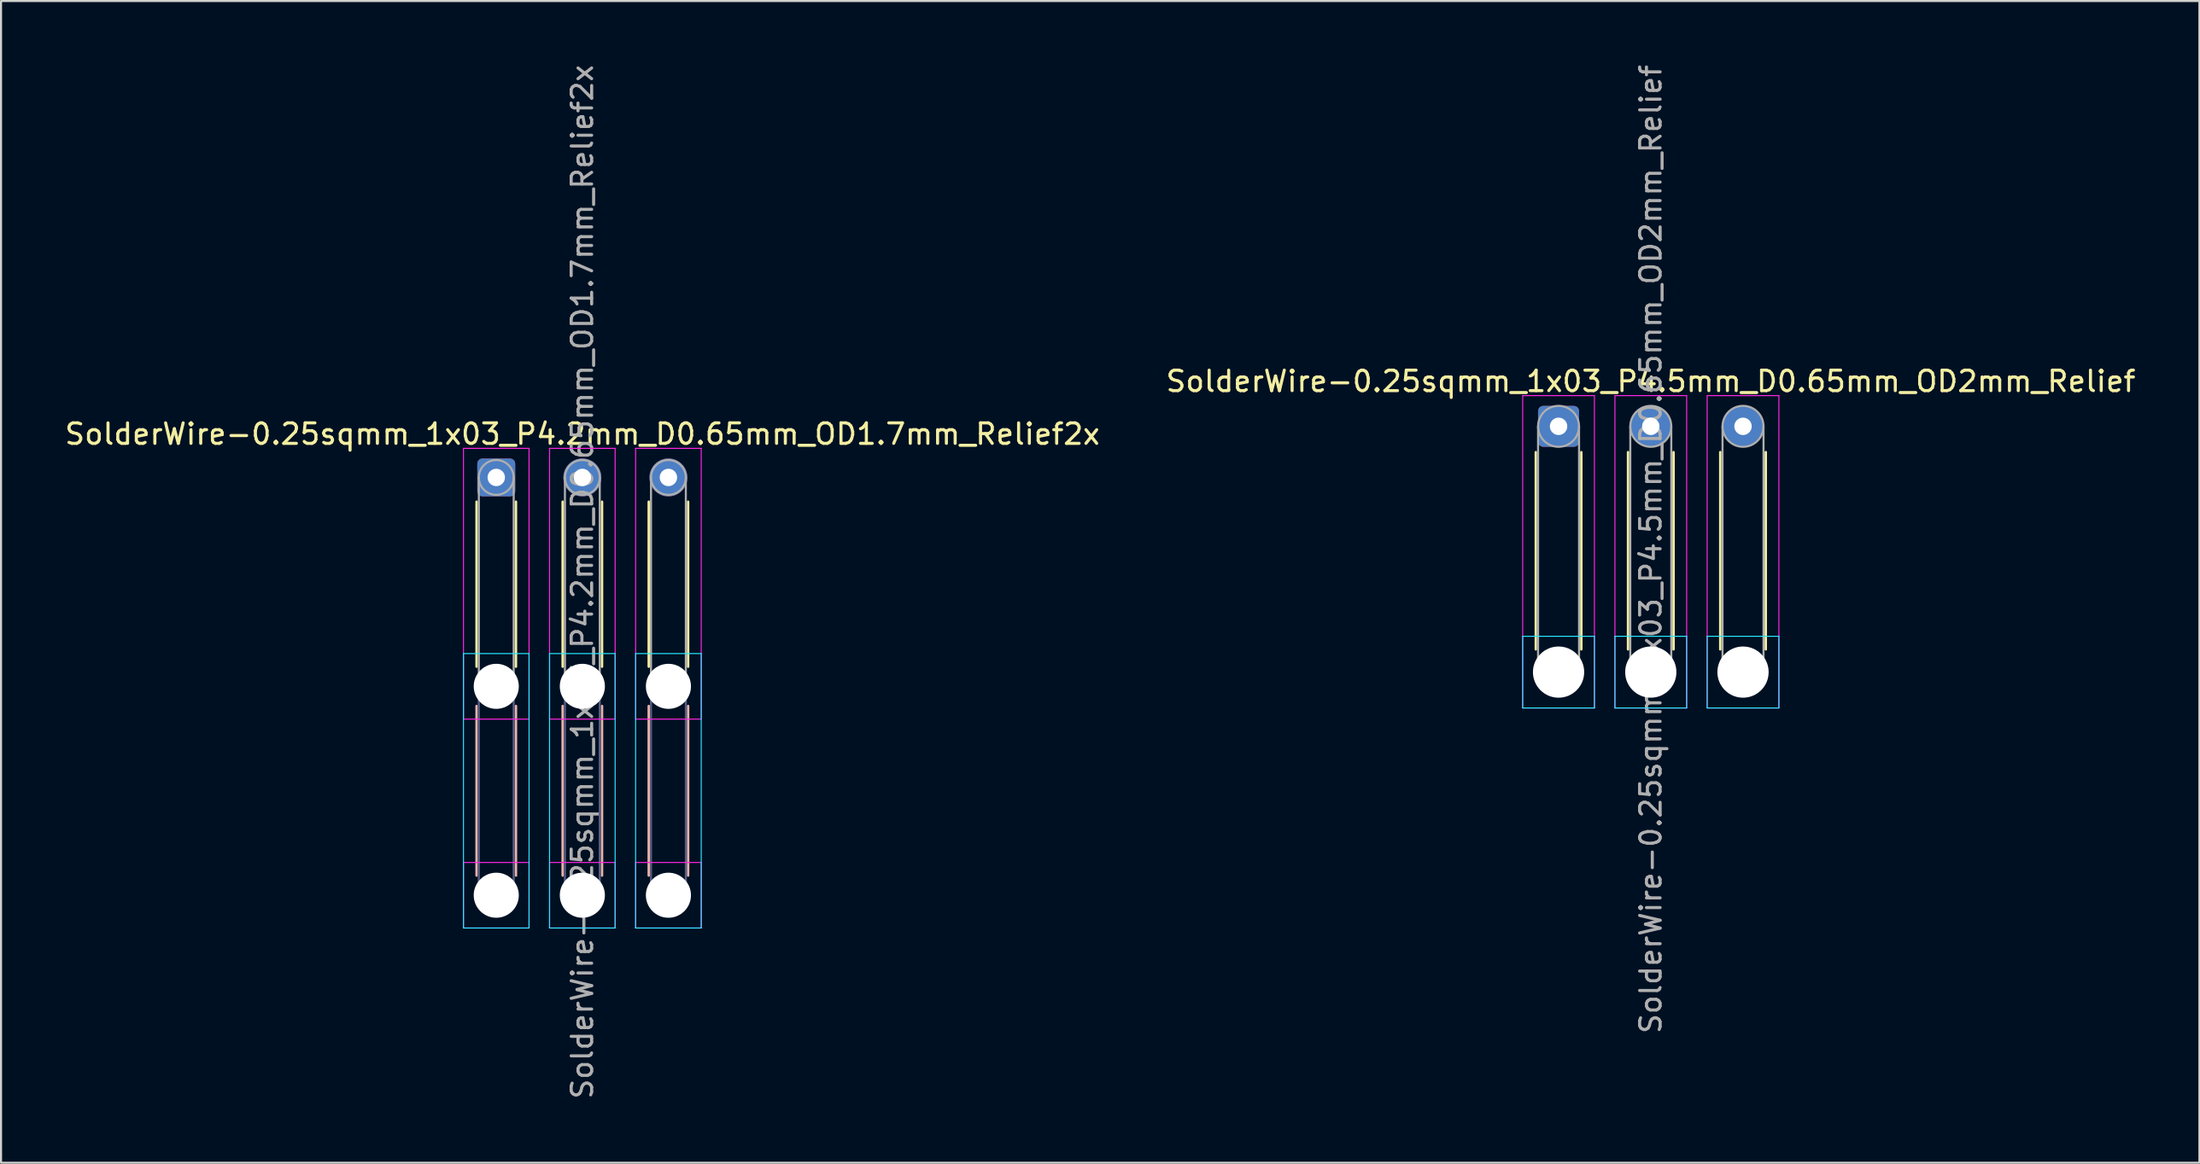
<source format=kicad_pcb>
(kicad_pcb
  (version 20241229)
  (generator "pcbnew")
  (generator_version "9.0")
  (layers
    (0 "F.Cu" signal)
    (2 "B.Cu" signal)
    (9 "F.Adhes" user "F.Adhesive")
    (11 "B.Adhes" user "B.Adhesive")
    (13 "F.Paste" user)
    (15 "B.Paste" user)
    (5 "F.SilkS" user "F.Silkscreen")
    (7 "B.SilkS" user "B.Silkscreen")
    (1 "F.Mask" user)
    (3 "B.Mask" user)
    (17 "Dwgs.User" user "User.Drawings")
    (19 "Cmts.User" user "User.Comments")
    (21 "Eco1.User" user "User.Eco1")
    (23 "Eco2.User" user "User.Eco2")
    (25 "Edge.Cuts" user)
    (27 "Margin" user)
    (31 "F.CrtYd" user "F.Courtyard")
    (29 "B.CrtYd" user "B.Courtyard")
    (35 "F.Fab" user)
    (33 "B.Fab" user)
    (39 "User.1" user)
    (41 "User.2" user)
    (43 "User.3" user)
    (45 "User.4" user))
  (footprint "SolderWire-0.25sqmm_1x03_P4.2mm_D0.65mm_OD1.7mm_Relief2x"
    (layer "F.Cu")
    (at 21.163 20.263)
    (property "Reference" "SolderWire-0.25sqmm_1x03_P4.2mm_D0.65mm_OD1.7mm_Relief2x" (at 4.2 -2.12 0) (layer "F.SilkS") (effects (font (size 1 1) (thickness 0.15))))
    (attr exclude_from_pos_files exclude_from_bom)
    (fp_line (start -0.96 1.185) (end -0.96 9.24) (stroke (width 0.12) (type solid)) (layer "F.SilkS"))
    (fp_line (start 0.96 1.185) (end 0.96 9.24) (stroke (width 0.12) (type solid)) (layer "F.SilkS"))
    (fp_line (start 3.24 1.185) (end 3.24 9.24) (stroke (width 0.12) (type solid)) (layer "F.SilkS"))
    (fp_line (start 5.16 1.185) (end 5.16 9.24) (stroke (width 0.12) (type solid)) (layer "F.SilkS"))
    (fp_line (start 7.44 1.185) (end 7.44 9.24) (stroke (width 0.12) (type solid)) (layer "F.SilkS"))
    (fp_line (start 9.36 1.185) (end 9.36 9.24) (stroke (width 0.12) (type solid)) (layer "F.SilkS"))
    (fp_line (start -0.96 11.16) (end -0.96 19.44) (stroke (width 0.12) (type solid)) (layer "B.SilkS"))
    (fp_line (start 0.96 11.16) (end 0.96 19.44) (stroke (width 0.12) (type solid)) (layer "B.SilkS"))
    (fp_line (start 3.24 11.16) (end 3.24 19.44) (stroke (width 0.12) (type solid)) (layer "B.SilkS"))
    (fp_line (start 5.16 11.16) (end 5.16 19.44) (stroke (width 0.12) (type solid)) (layer "B.SilkS"))
    (fp_line (start 7.44 11.16) (end 7.44 19.44) (stroke (width 0.12) (type solid)) (layer "B.SilkS"))
    (fp_line (start 9.36 11.16) (end 9.36 19.44) (stroke (width 0.12) (type solid)) (layer "B.SilkS"))
    (fp_line (start -1.6 8.6) (end -1.6 22) (stroke (width 0.05) (type solid)) (layer "B.CrtYd"))
    (fp_line (start -1.6 22) (end 1.6 22) (stroke (width 0.05) (type solid)) (layer "B.CrtYd"))
    (fp_line (start 1.6 8.6) (end -1.6 8.6) (stroke (width 0.05) (type solid)) (layer "B.CrtYd"))
    (fp_line (start 1.6 22) (end 1.6 8.6) (stroke (width 0.05) (type solid)) (layer "B.CrtYd"))
    (fp_line (start 2.6 8.6) (end 2.6 22) (stroke (width 0.05) (type solid)) (layer "B.CrtYd"))
    (fp_line (start 2.6 22) (end 5.8 22) (stroke (width 0.05) (type solid)) (layer "B.CrtYd"))
    (fp_line (start 5.8 8.6) (end 2.6 8.6) (stroke (width 0.05) (type solid)) (layer "B.CrtYd"))
    (fp_line (start 5.8 22) (end 5.8 8.6) (stroke (width 0.05) (type solid)) (layer "B.CrtYd"))
    (fp_line (start 6.8 8.6) (end 6.8 22) (stroke (width 0.05) (type solid)) (layer "B.CrtYd"))
    (fp_line (start 6.8 22) (end 10 22) (stroke (width 0.05) (type solid)) (layer "B.CrtYd"))
    (fp_line (start 10 8.6) (end 6.8 8.6) (stroke (width 0.05) (type solid)) (layer "B.CrtYd"))
    (fp_line (start 10 22) (end 10 8.6) (stroke (width 0.05) (type solid)) (layer "B.CrtYd"))
    (fp_line (start -1.6 -1.42) (end -1.6 11.8) (stroke (width 0.05) (type solid)) (layer "F.CrtYd"))
    (fp_line (start -1.6 11.8) (end 1.6 11.8) (stroke (width 0.05) (type solid)) (layer "F.CrtYd"))
    (fp_line (start -1.6 18.8) (end -1.6 22) (stroke (width 0.05) (type solid)) (layer "F.CrtYd"))
    (fp_line (start -1.6 22) (end 1.6 22) (stroke (width 0.05) (type solid)) (layer "F.CrtYd"))
    (fp_line (start 1.6 -1.42) (end -1.6 -1.42) (stroke (width 0.05) (type solid)) (layer "F.CrtYd"))
    (fp_line (start 1.6 11.8) (end 1.6 -1.42) (stroke (width 0.05) (type solid)) (layer "F.CrtYd"))
    (fp_line (start 1.6 18.8) (end -1.6 18.8) (stroke (width 0.05) (type solid)) (layer "F.CrtYd"))
    (fp_line (start 1.6 22) (end 1.6 18.8) (stroke (width 0.05) (type solid)) (layer "F.CrtYd"))
    (fp_line (start 2.6 -1.42) (end 2.6 11.8) (stroke (width 0.05) (type solid)) (layer "F.CrtYd"))
    (fp_line (start 2.6 11.8) (end 5.8 11.8) (stroke (width 0.05) (type solid)) (layer "F.CrtYd"))
    (fp_line (start 2.6 18.8) (end 2.6 22) (stroke (width 0.05) (type solid)) (layer "F.CrtYd"))
    (fp_line (start 2.6 22) (end 5.8 22) (stroke (width 0.05) (type solid)) (layer "F.CrtYd"))
    (fp_line (start 5.8 -1.42) (end 2.6 -1.42) (stroke (width 0.05) (type solid)) (layer "F.CrtYd"))
    (fp_line (start 5.8 11.8) (end 5.8 -1.42) (stroke (width 0.05) (type solid)) (layer "F.CrtYd"))
    (fp_line (start 5.8 18.8) (end 2.6 18.8) (stroke (width 0.05) (type solid)) (layer "F.CrtYd"))
    (fp_line (start 5.8 22) (end 5.8 18.8) (stroke (width 0.05) (type solid)) (layer "F.CrtYd"))
    (fp_line (start 6.8 -1.42) (end 6.8 11.8) (stroke (width 0.05) (type solid)) (layer "F.CrtYd"))
    (fp_line (start 6.8 11.8) (end 10 11.8) (stroke (width 0.05) (type solid)) (layer "F.CrtYd"))
    (fp_line (start 6.8 18.8) (end 6.8 22) (stroke (width 0.05) (type solid)) (layer "F.CrtYd"))
    (fp_line (start 6.8 22) (end 10 22) (stroke (width 0.05) (type solid)) (layer "F.CrtYd"))
    (fp_line (start 10 -1.42) (end 6.8 -1.42) (stroke (width 0.05) (type solid)) (layer "F.CrtYd"))
    (fp_line (start 10 11.8) (end 10 -1.42) (stroke (width 0.05) (type solid)) (layer "F.CrtYd"))
    (fp_line (start 10 18.8) (end 6.8 18.8) (stroke (width 0.05) (type solid)) (layer "F.CrtYd"))
    (fp_line (start 10 22) (end 10 18.8) (stroke (width 0.05) (type solid)) (layer "F.CrtYd"))
    (fp_line (start -0.85 10.2) (end -0.85 20.4) (stroke (width 0.1) (type solid)) (layer "B.Fab"))
    (fp_line (start 0.85 10.2) (end 0.85 20.4) (stroke (width 0.1) (type solid)) (layer "B.Fab"))
    (fp_line (start 3.35 10.2) (end 3.35 20.4) (stroke (width 0.1) (type solid)) (layer "B.Fab"))
    (fp_line (start 5.05 10.2) (end 5.05 20.4) (stroke (width 0.1) (type solid)) (layer "B.Fab"))
    (fp_line (start 7.55 10.2) (end 7.55 20.4) (stroke (width 0.1) (type solid)) (layer "B.Fab"))
    (fp_line (start 9.25 10.2) (end 9.25 20.4) (stroke (width 0.1) (type solid)) (layer "B.Fab"))
    (fp_circle (center 0 10.2) (end 0.85 10.2) (stroke (width 0.1) (type solid)) (fill no) (layer "B.Fab"))
    (fp_circle (center 0 20.4) (end 0.85 20.4) (stroke (width 0.1) (type solid)) (fill no) (layer "B.Fab"))
    (fp_circle (center 4.2 10.2) (end 5.05 10.2) (stroke (width 0.1) (type solid)) (fill no) (layer "B.Fab"))
    (fp_circle (center 4.2 20.4) (end 5.05 20.4) (stroke (width 0.1) (type solid)) (fill no) (layer "B.Fab"))
    (fp_circle (center 8.4 10.2) (end 9.25 10.2) (stroke (width 0.1) (type solid)) (fill no) (layer "B.Fab"))
    (fp_circle (center 8.4 20.4) (end 9.25 20.4) (stroke (width 0.1) (type solid)) (fill no) (layer "B.Fab"))
    (fp_line (start -0.85 0) (end -0.85 10.2) (stroke (width 0.1) (type solid)) (layer "F.Fab"))
    (fp_line (start 0.85 0) (end 0.85 10.2) (stroke (width 0.1) (type solid)) (layer "F.Fab"))
    (fp_line (start 3.35 0) (end 3.35 10.2) (stroke (width 0.1) (type solid)) (layer "F.Fab"))
    (fp_line (start 5.05 0) (end 5.05 10.2) (stroke (width 0.1) (type solid)) (layer "F.Fab"))
    (fp_line (start 7.55 0) (end 7.55 10.2) (stroke (width 0.1) (type solid)) (layer "F.Fab"))
    (fp_line (start 9.25 0) (end 9.25 10.2) (stroke (width 0.1) (type solid)) (layer "F.Fab"))
    (fp_circle (center 0 0) (end 0.85 0) (stroke (width 0.1) (type solid)) (fill no) (layer "F.Fab"))
    (fp_circle (center 0 10.2) (end 0.85 10.2) (stroke (width 0.1) (type solid)) (fill no) (layer "F.Fab"))
    (fp_circle (center 0 20.4) (end 0.85 20.4) (stroke (width 0.1) (type solid)) (fill no) (layer "F.Fab"))
    (fp_circle (center 4.2 0) (end 5.05 0) (stroke (width 0.1) (type solid)) (fill no) (layer "F.Fab"))
    (fp_circle (center 4.2 10.2) (end 5.05 10.2) (stroke (width 0.1) (type solid)) (fill no) (layer "F.Fab"))
    (fp_circle (center 4.2 20.4) (end 5.05 20.4) (stroke (width 0.1) (type solid)) (fill no) (layer "F.Fab"))
    (fp_circle (center 8.4 0) (end 9.25 0) (stroke (width 0.1) (type solid)) (fill no) (layer "F.Fab"))
    (fp_circle (center 8.4 10.2) (end 9.25 10.2) (stroke (width 0.1) (type solid)) (fill no) (layer "F.Fab"))
    (fp_circle (center 8.4 20.4) (end 9.25 20.4) (stroke (width 0.1) (type solid)) (fill no) (layer "F.Fab"))
    (fp_text user "${REFERENCE}" (at 4.2 5.1 90) (layer "F.Fab") (effects (font (size 1 1) (thickness 0.15))))
    (pad "" np_thru_hole circle (at 0 10.2) (size 2.2 2.2) (drill 2.2) (layers "*.Cu" "*.Mask"))
    (pad "" np_thru_hole circle (at 0 20.4) (size 2.2 2.2) (drill 2.2) (layers "*.Cu" "*.Mask"))
    (pad "" np_thru_hole circle (at 4.2 10.2) (size 2.2 2.2) (drill 2.2) (layers "*.Cu" "*.Mask"))
    (pad "" np_thru_hole circle (at 4.2 20.4) (size 2.2 2.2) (drill 2.2) (layers "*.Cu" "*.Mask"))
    (pad "" np_thru_hole circle (at 8.4 10.2) (size 2.2 2.2) (drill 2.2) (layers "*.Cu" "*.Mask"))
    (pad "" np_thru_hole circle (at 8.4 20.4) (size 2.2 2.2) (drill 2.2) (layers "*.Cu" "*.Mask"))
    (pad "1" thru_hole roundrect (at 0 0) (size 1.85 1.85) (drill 0.85) (layers "*.Cu" "*.Mask") (roundrect_rratio 0.135))
    (pad "2" thru_hole circle (at 4.2 0) (size 1.85 1.85) (drill 0.85) (layers "*.Cu" "*.Mask"))
    (pad "3" thru_hole circle (at 8.4 0) (size 1.85 1.85) (drill 0.85) (layers "*.Cu" "*.Mask")))
  (footprint "SolderWire-0.25sqmm_1x03_P4.5mm_D0.65mm_OD2mm_Relief"
    (layer "F.Cu")
    (at 72.994 17.768)
    (property "Reference" "SolderWire-0.25sqmm_1x03_P4.5mm_D0.65mm_OD2mm_Relief" (at 4.5 -2.2 0) (layer "F.SilkS") (effects (font (size 1 1) (thickness 0.15))))
    (attr exclude_from_pos_files exclude_from_bom)
    (fp_line (start -1.11 1.26) (end -1.11 10.89) (stroke (width 0.12) (type solid)) (layer "F.SilkS"))
    (fp_line (start 1.11 1.26) (end 1.11 10.89) (stroke (width 0.12) (type solid)) (layer "F.SilkS"))
    (fp_line (start 3.39 1.26) (end 3.39 10.89) (stroke (width 0.12) (type solid)) (layer "F.SilkS"))
    (fp_line (start 5.61 1.26) (end 5.61 10.89) (stroke (width 0.12) (type solid)) (layer "F.SilkS"))
    (fp_line (start 7.89 1.26) (end 7.89 10.89) (stroke (width 0.12) (type solid)) (layer "F.SilkS"))
    (fp_line (start 10.11 1.26) (end 10.11 10.89) (stroke (width 0.12) (type solid)) (layer "F.SilkS"))
    (fp_line (start -1.75 10.25) (end -1.75 13.75) (stroke (width 0.05) (type solid)) (layer "B.CrtYd"))
    (fp_line (start -1.75 13.75) (end 1.75 13.75) (stroke (width 0.05) (type solid)) (layer "B.CrtYd"))
    (fp_line (start 1.75 10.25) (end -1.75 10.25) (stroke (width 0.05) (type solid)) (layer "B.CrtYd"))
    (fp_line (start 1.75 13.75) (end 1.75 10.25) (stroke (width 0.05) (type solid)) (layer "B.CrtYd"))
    (fp_line (start 2.75 10.25) (end 2.75 13.75) (stroke (width 0.05) (type solid)) (layer "B.CrtYd"))
    (fp_line (start 2.75 13.75) (end 6.25 13.75) (stroke (width 0.05) (type solid)) (layer "B.CrtYd"))
    (fp_line (start 6.25 10.25) (end 2.75 10.25) (stroke (width 0.05) (type solid)) (layer "B.CrtYd"))
    (fp_line (start 6.25 13.75) (end 6.25 10.25) (stroke (width 0.05) (type solid)) (layer "B.CrtYd"))
    (fp_line (start 7.25 10.25) (end 7.25 13.75) (stroke (width 0.05) (type solid)) (layer "B.CrtYd"))
    (fp_line (start 7.25 13.75) (end 10.75 13.75) (stroke (width 0.05) (type solid)) (layer "B.CrtYd"))
    (fp_line (start 10.75 10.25) (end 7.25 10.25) (stroke (width 0.05) (type solid)) (layer "B.CrtYd"))
    (fp_line (start 10.75 13.75) (end 10.75 10.25) (stroke (width 0.05) (type solid)) (layer "B.CrtYd"))
    (fp_line (start -1.75 -1.5) (end -1.75 13.75) (stroke (width 0.05) (type solid)) (layer "F.CrtYd"))
    (fp_line (start -1.75 13.75) (end 1.75 13.75) (stroke (width 0.05) (type solid)) (layer "F.CrtYd"))
    (fp_line (start 1.75 -1.5) (end -1.75 -1.5) (stroke (width 0.05) (type solid)) (layer "F.CrtYd"))
    (fp_line (start 1.75 13.75) (end 1.75 -1.5) (stroke (width 0.05) (type solid)) (layer "F.CrtYd"))
    (fp_line (start 2.75 -1.5) (end 2.75 13.75) (stroke (width 0.05) (type solid)) (layer "F.CrtYd"))
    (fp_line (start 2.75 13.75) (end 6.25 13.75) (stroke (width 0.05) (type solid)) (layer "F.CrtYd"))
    (fp_line (start 6.25 -1.5) (end 2.75 -1.5) (stroke (width 0.05) (type solid)) (layer "F.CrtYd"))
    (fp_line (start 6.25 13.75) (end 6.25 -1.5) (stroke (width 0.05) (type solid)) (layer "F.CrtYd"))
    (fp_line (start 7.25 -1.5) (end 7.25 13.75) (stroke (width 0.05) (type solid)) (layer "F.CrtYd"))
    (fp_line (start 7.25 13.75) (end 10.75 13.75) (stroke (width 0.05) (type solid)) (layer "F.CrtYd"))
    (fp_line (start 10.75 -1.5) (end 7.25 -1.5) (stroke (width 0.05) (type solid)) (layer "F.CrtYd"))
    (fp_line (start 10.75 13.75) (end 10.75 -1.5) (stroke (width 0.05) (type solid)) (layer "F.CrtYd"))
    (fp_line (start -1 0) (end -1 12) (stroke (width 0.1) (type solid)) (layer "F.Fab"))
    (fp_line (start 1 0) (end 1 12) (stroke (width 0.1) (type solid)) (layer "F.Fab"))
    (fp_line (start 3.5 0) (end 3.5 12) (stroke (width 0.1) (type solid)) (layer "F.Fab"))
    (fp_line (start 5.5 0) (end 5.5 12) (stroke (width 0.1) (type solid)) (layer "F.Fab"))
    (fp_line (start 8 0) (end 8 12) (stroke (width 0.1) (type solid)) (layer "F.Fab"))
    (fp_line (start 10 0) (end 10 12) (stroke (width 0.1) (type solid)) (layer "F.Fab"))
    (fp_circle (center 0 0) (end 1 0) (stroke (width 0.1) (type solid)) (fill no) (layer "F.Fab"))
    (fp_circle (center 0 12) (end 1 12) (stroke (width 0.1) (type solid)) (fill no) (layer "F.Fab"))
    (fp_circle (center 4.5 0) (end 5.5 0) (stroke (width 0.1) (type solid)) (fill no) (layer "F.Fab"))
    (fp_circle (center 4.5 12) (end 5.5 12) (stroke (width 0.1) (type solid)) (fill no) (layer "F.Fab"))
    (fp_circle (center 9 0) (end 10 0) (stroke (width 0.1) (type solid)) (fill no) (layer "F.Fab"))
    (fp_circle (center 9 12) (end 10 12) (stroke (width 0.1) (type solid)) (fill no) (layer "F.Fab"))
    (fp_text user "${REFERENCE}" (at 4.5 6 90) (layer "F.Fab") (effects (font (size 1 1) (thickness 0.15))))
    (pad "" np_thru_hole circle (at 0 12) (size 2.5 2.5) (drill 2.5) (layers "*.Cu" "*.Mask"))
    (pad "" np_thru_hole circle (at 4.5 12) (size 2.5 2.5) (drill 2.5) (layers "*.Cu" "*.Mask"))
    (pad "" np_thru_hole circle (at 9 12) (size 2.5 2.5) (drill 2.5) (layers "*.Cu" "*.Mask"))
    (pad "1" thru_hole roundrect (at 0 0) (size 2 2) (drill 0.85) (layers "*.Cu" "*.Mask") (roundrect_rratio 0.125))
    (pad "2" thru_hole circle (at 4.5 0) (size 2 2) (drill 0.85) (layers "*.Cu" "*.Mask"))
    (pad "3" thru_hole circle (at 9 0) (size 2 2) (drill 0.85) (layers "*.Cu" "*.Mask")))
  (gr_rect
    (start -3 -3)
    (end 104.262 53.726)
    (stroke (width 0.1) (type default))
    (fill no)
    (layer "Edge.Cuts")))
</source>
